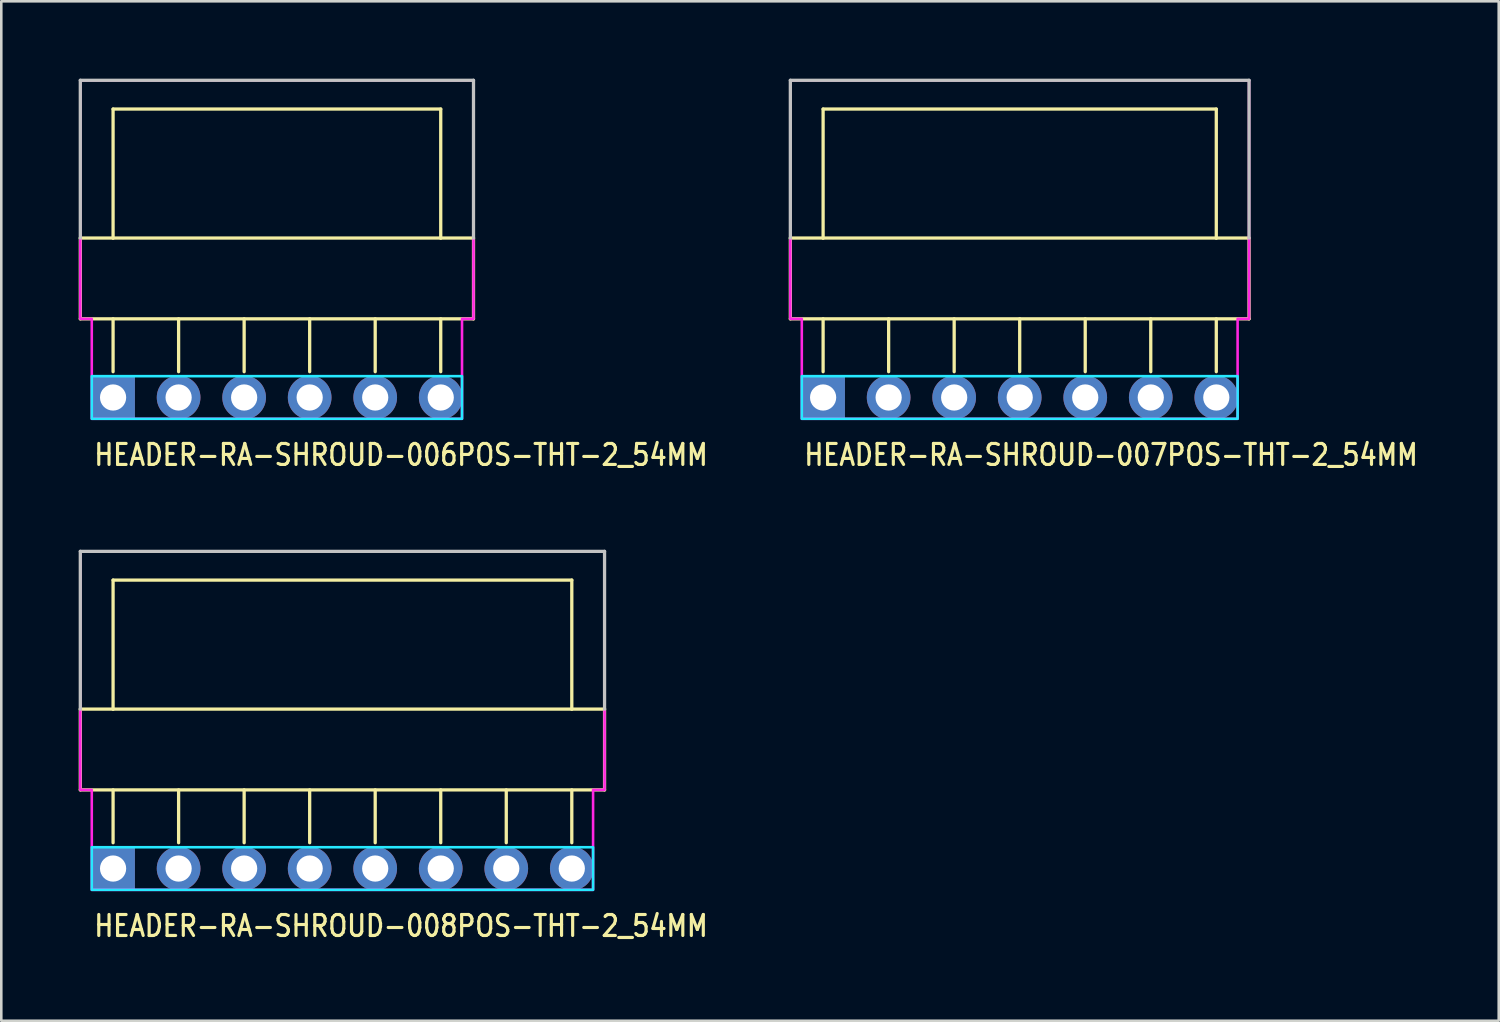
<source format=kicad_pcb>
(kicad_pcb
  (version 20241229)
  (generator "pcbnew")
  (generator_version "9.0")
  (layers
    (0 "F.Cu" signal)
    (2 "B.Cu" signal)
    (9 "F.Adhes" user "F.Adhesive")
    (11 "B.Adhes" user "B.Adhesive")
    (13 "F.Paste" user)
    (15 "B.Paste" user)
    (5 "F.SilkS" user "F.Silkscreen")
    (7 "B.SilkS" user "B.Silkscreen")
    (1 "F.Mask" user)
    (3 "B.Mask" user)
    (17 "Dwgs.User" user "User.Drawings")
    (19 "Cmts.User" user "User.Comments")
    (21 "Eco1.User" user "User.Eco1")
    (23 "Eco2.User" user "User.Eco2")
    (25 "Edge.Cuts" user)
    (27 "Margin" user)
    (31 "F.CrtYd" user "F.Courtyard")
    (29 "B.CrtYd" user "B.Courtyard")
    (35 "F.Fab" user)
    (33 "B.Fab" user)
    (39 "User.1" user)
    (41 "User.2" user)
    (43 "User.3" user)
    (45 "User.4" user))
  (footprint "HEADER-RA-SHROUD-008POS-THT-2_54MM"
    (layer "F.Cu")
    (at 1.333 30.615)
    (property "Reference" "HEADER-RA-SHROUD-008POS-THT-2_54MM" (at -0.8 2.7 0) (unlocked yes) (layer "F.SilkS") (effects (font (size 0.813 0.695) (thickness 0.122)) (justify left bottom)))
    (fp_line (start -1.27 -6.18) (end -1.27 -3.048) (stroke (width 0.127) (type solid)) (layer "F.SilkS"))
    (fp_line (start -1.27 -3.048) (end 19.05 -3.048) (stroke (width 0.127) (type solid)) (layer "F.SilkS"))
    (fp_line (start 0 -11.18) (end 0 -6.18) (stroke (width 0.127) (type solid)) (layer "F.SilkS"))
    (fp_line (start 0 -6.18) (end -1.27 -6.18) (stroke (width 0.127) (type solid)) (layer "F.SilkS"))
    (fp_line (start 0 -1) (end 0 -3.048) (stroke (width 0.127) (type solid)) (layer "F.SilkS"))
    (fp_line (start 2.54 -1) (end 2.54 -3.048) (stroke (width 0.127) (type solid)) (layer "F.SilkS"))
    (fp_line (start 5.08 -1) (end 5.08 -3.048) (stroke (width 0.127) (type solid)) (layer "F.SilkS"))
    (fp_line (start 7.62 -1) (end 7.62 -3.048) (stroke (width 0.127) (type solid)) (layer "F.SilkS"))
    (fp_line (start 10.16 -1) (end 10.16 -3.048) (stroke (width 0.127) (type solid)) (layer "F.SilkS"))
    (fp_line (start 12.7 -1) (end 12.7 -3.048) (stroke (width 0.127) (type solid)) (layer "F.SilkS"))
    (fp_line (start 15.24 -1) (end 15.24 -3.048) (stroke (width 0.127) (type solid)) (layer "F.SilkS"))
    (fp_line (start 17.78 -11.18) (end 0 -11.18) (stroke (width 0.127) (type solid)) (layer "F.SilkS"))
    (fp_line (start 17.78 -6.18) (end 0 -6.18) (stroke (width 0.127) (type solid)) (layer "F.SilkS"))
    (fp_line (start 17.78 -6.18) (end 17.78 -11.18) (stroke (width 0.127) (type solid)) (layer "F.SilkS"))
    (fp_line (start 17.78 -1) (end 17.78 -3.048) (stroke (width 0.127) (type solid)) (layer "F.SilkS"))
    (fp_line (start 19.05 -6.18) (end 17.78 -6.18) (stroke (width 0.127) (type solid)) (layer "F.SilkS"))
    (fp_line (start 19.05 -3.048) (end 19.05 -6.18) (stroke (width 0.127) (type solid)) (layer "F.SilkS"))
    (fp_line (start -1.27 -12.294) (end 19.05 -12.294) (stroke (width 0.127) (type solid)) (layer "Dwgs.User"))
    (fp_line (start -1.27 -6.18) (end -1.27 -12.294) (stroke (width 0.127) (type solid)) (layer "Dwgs.User"))
    (fp_line (start 19.05 -12.294) (end 19.05 -6.18) (stroke (width 0.127) (type solid)) (layer "Dwgs.User"))
    (fp_poly (pts (xy -0.826 -0.826) (xy -0.826 0.826) (xy 18.605 0.826) (xy 18.605 -0.826)) (stroke (width 0.1) (type solid)) (fill no) (layer "B.CrtYd"))
    (fp_poly (pts (xy -1.27 -12.294) (xy -1.27 -3.048) (xy -0.826 -3.048) (xy -0.826 0.826) (xy 18.605 0.826) (xy 18.605 -3.048) (xy 19.05 -3.048) (xy 19.05 -12.294)) (stroke (width 0.1) (type solid)) (fill no) (layer "F.CrtYd"))
    (pad "1" thru_hole rect (at 0 0) (size 1.693 1.693) (drill 1.016) (layers "*.Cu" "*.Mask"))
    (pad "2" thru_hole oval (at 2.54 0) (size 1.693 1.693) (drill 1.016) (layers "*.Cu" "*.Mask"))
    (pad "3" thru_hole oval (at 5.08 0) (size 1.693 1.693) (drill 1.016) (layers "*.Cu" "*.Mask"))
    (pad "4" thru_hole oval (at 7.62 0) (size 1.693 1.693) (drill 1.016) (layers "*.Cu" "*.Mask"))
    (pad "5" thru_hole oval (at 10.16 0) (size 1.693 1.693) (drill 1.016) (layers "*.Cu" "*.Mask"))
    (pad "6" thru_hole oval (at 12.7 0) (size 1.693 1.693) (drill 1.016) (layers "*.Cu" "*.Mask"))
    (pad "7" thru_hole oval (at 15.24 0) (size 1.693 1.693) (drill 1.016) (layers "*.Cu" "*.Mask"))
    (pad "8" thru_hole oval (at 17.78 0) (size 1.693 1.693) (drill 1.016) (layers "*.Cu" "*.Mask")))
  (footprint "HEADER-RA-SHROUD-006POS-THT-2_54MM"
    (layer "F.Cu")
    (at 1.333 12.357)
    (property "Reference" "HEADER-RA-SHROUD-006POS-THT-2_54MM" (at -0.8 2.7 0) (unlocked yes) (layer "F.SilkS") (effects (font (size 0.813 0.695) (thickness 0.122)) (justify left bottom)))
    (fp_line (start -1.27 -6.18) (end -1.27 -3.048) (stroke (width 0.127) (type solid)) (layer "F.SilkS"))
    (fp_line (start -1.27 -3.048) (end 13.97 -3.048) (stroke (width 0.127) (type solid)) (layer "F.SilkS"))
    (fp_line (start 0 -11.18) (end 0 -6.18) (stroke (width 0.127) (type solid)) (layer "F.SilkS"))
    (fp_line (start 0 -6.18) (end -1.27 -6.18) (stroke (width 0.127) (type solid)) (layer "F.SilkS"))
    (fp_line (start 0 -1) (end 0 -3.048) (stroke (width 0.127) (type solid)) (layer "F.SilkS"))
    (fp_line (start 2.54 -1) (end 2.54 -3.048) (stroke (width 0.127) (type solid)) (layer "F.SilkS"))
    (fp_line (start 5.08 -1) (end 5.08 -3.048) (stroke (width 0.127) (type solid)) (layer "F.SilkS"))
    (fp_line (start 7.62 -1) (end 7.62 -3.048) (stroke (width 0.127) (type solid)) (layer "F.SilkS"))
    (fp_line (start 10.16 -1) (end 10.16 -3.048) (stroke (width 0.127) (type solid)) (layer "F.SilkS"))
    (fp_line (start 12.7 -11.18) (end 0 -11.18) (stroke (width 0.127) (type solid)) (layer "F.SilkS"))
    (fp_line (start 12.7 -6.18) (end 0 -6.18) (stroke (width 0.127) (type solid)) (layer "F.SilkS"))
    (fp_line (start 12.7 -6.18) (end 12.7 -11.18) (stroke (width 0.127) (type solid)) (layer "F.SilkS"))
    (fp_line (start 12.7 -1) (end 12.7 -3.048) (stroke (width 0.127) (type solid)) (layer "F.SilkS"))
    (fp_line (start 13.97 -6.18) (end 12.7 -6.18) (stroke (width 0.127) (type solid)) (layer "F.SilkS"))
    (fp_line (start 13.97 -3.048) (end 13.97 -6.18) (stroke (width 0.127) (type solid)) (layer "F.SilkS"))
    (fp_line (start -1.27 -12.294) (end 13.97 -12.294) (stroke (width 0.127) (type solid)) (layer "Dwgs.User"))
    (fp_line (start -1.27 -6.18) (end -1.27 -12.294) (stroke (width 0.127) (type solid)) (layer "Dwgs.User"))
    (fp_line (start 13.97 -12.294) (end 13.97 -6.18) (stroke (width 0.127) (type solid)) (layer "Dwgs.User"))
    (fp_poly (pts (xy -0.826 -0.826) (xy -0.826 0.826) (xy 13.525 0.826) (xy 13.525 -0.826)) (stroke (width 0.1) (type solid)) (fill no) (layer "B.CrtYd"))
    (fp_poly (pts (xy -1.27 -12.294) (xy -1.27 -3.048) (xy -0.826 -3.048) (xy -0.826 0.826) (xy 13.525 0.826) (xy 13.525 -3.048) (xy 13.97 -3.048) (xy 13.97 -12.294)) (stroke (width 0.1) (type solid)) (fill no) (layer "F.CrtYd"))
    (pad "1" thru_hole rect (at 0 0) (size 1.693 1.693) (drill 1.016) (layers "*.Cu" "*.Mask"))
    (pad "2" thru_hole oval (at 2.54 0) (size 1.693 1.693) (drill 1.016) (layers "*.Cu" "*.Mask"))
    (pad "3" thru_hole oval (at 5.08 0) (size 1.693 1.693) (drill 1.016) (layers "*.Cu" "*.Mask"))
    (pad "4" thru_hole oval (at 7.62 0) (size 1.693 1.693) (drill 1.016) (layers "*.Cu" "*.Mask"))
    (pad "5" thru_hole oval (at 10.16 0) (size 1.693 1.693) (drill 1.016) (layers "*.Cu" "*.Mask"))
    (pad "6" thru_hole oval (at 12.7 0) (size 1.693 1.693) (drill 1.016) (layers "*.Cu" "*.Mask")))
  (footprint "HEADER-RA-SHROUD-007POS-THT-2_54MM"
    (layer "F.Cu")
    (at 28.854 12.357)
    (property "Reference" "HEADER-RA-SHROUD-007POS-THT-2_54MM" (at -0.8 2.7 0) (unlocked yes) (layer "F.SilkS") (effects (font (size 0.813 0.695) (thickness 0.122)) (justify left bottom)))
    (fp_line (start -1.27 -6.18) (end -1.27 -3.048) (stroke (width 0.127) (type solid)) (layer "F.SilkS"))
    (fp_line (start -1.27 -3.048) (end 16.51 -3.048) (stroke (width 0.127) (type solid)) (layer "F.SilkS"))
    (fp_line (start 0 -11.18) (end 0 -6.18) (stroke (width 0.127) (type solid)) (layer "F.SilkS"))
    (fp_line (start 0 -6.18) (end -1.27 -6.18) (stroke (width 0.127) (type solid)) (layer "F.SilkS"))
    (fp_line (start 0 -1) (end 0 -3.048) (stroke (width 0.127) (type solid)) (layer "F.SilkS"))
    (fp_line (start 2.54 -1) (end 2.54 -3.048) (stroke (width 0.127) (type solid)) (layer "F.SilkS"))
    (fp_line (start 5.08 -1) (end 5.08 -3.048) (stroke (width 0.127) (type solid)) (layer "F.SilkS"))
    (fp_line (start 7.62 -1) (end 7.62 -3.048) (stroke (width 0.127) (type solid)) (layer "F.SilkS"))
    (fp_line (start 10.16 -1) (end 10.16 -3.048) (stroke (width 0.127) (type solid)) (layer "F.SilkS"))
    (fp_line (start 12.7 -1) (end 12.7 -3.048) (stroke (width 0.127) (type solid)) (layer "F.SilkS"))
    (fp_line (start 15.24 -11.18) (end 0 -11.18) (stroke (width 0.127) (type solid)) (layer "F.SilkS"))
    (fp_line (start 15.24 -6.18) (end 0 -6.18) (stroke (width 0.127) (type solid)) (layer "F.SilkS"))
    (fp_line (start 15.24 -6.18) (end 15.24 -11.18) (stroke (width 0.127) (type solid)) (layer "F.SilkS"))
    (fp_line (start 15.24 -1) (end 15.24 -3.048) (stroke (width 0.127) (type solid)) (layer "F.SilkS"))
    (fp_line (start 16.51 -6.18) (end 15.24 -6.18) (stroke (width 0.127) (type solid)) (layer "F.SilkS"))
    (fp_line (start 16.51 -3.048) (end 16.51 -6.18) (stroke (width 0.127) (type solid)) (layer "F.SilkS"))
    (fp_line (start -1.27 -12.294) (end 16.51 -12.294) (stroke (width 0.127) (type solid)) (layer "Dwgs.User"))
    (fp_line (start -1.27 -6.18) (end -1.27 -12.294) (stroke (width 0.127) (type solid)) (layer "Dwgs.User"))
    (fp_line (start 16.51 -12.294) (end 16.51 -6.18) (stroke (width 0.127) (type solid)) (layer "Dwgs.User"))
    (fp_poly (pts (xy -0.826 -0.826) (xy -0.826 0.826) (xy 16.066 0.826) (xy 16.066 -0.826)) (stroke (width 0.1) (type solid)) (fill no) (layer "B.CrtYd"))
    (fp_poly (pts (xy -1.27 -12.294) (xy -1.27 -3.048) (xy -0.826 -3.048) (xy -0.826 0.826) (xy 16.066 0.826) (xy 16.066 -3.048) (xy 16.51 -3.048) (xy 16.51 -12.294)) (stroke (width 0.1) (type solid)) (fill no) (layer "F.CrtYd"))
    (pad "P$1" thru_hole rect (at 0 0) (size 1.693 1.693) (drill 1.016) (layers "*.Cu" "*.Mask"))
    (pad "P$2" thru_hole oval (at 2.54 0) (size 1.693 1.693) (drill 1.016) (layers "*.Cu" "*.Mask"))
    (pad "P$3" thru_hole oval (at 5.08 0) (size 1.693 1.693) (drill 1.016) (layers "*.Cu" "*.Mask"))
    (pad "P$4" thru_hole oval (at 7.62 0) (size 1.693 1.693) (drill 1.016) (layers "*.Cu" "*.Mask"))
    (pad "P$5" thru_hole oval (at 10.16 0) (size 1.693 1.693) (drill 1.016) (layers "*.Cu" "*.Mask"))
    (pad "P$6" thru_hole oval (at 12.7 0) (size 1.693 1.693) (drill 1.016) (layers "*.Cu" "*.Mask"))
    (pad "P$7" thru_hole oval (at 15.24 0) (size 1.693 1.693) (drill 1.016) (layers "*.Cu" "*.Mask")))
  (gr_rect
    (start -3 -3)
    (end 55.041 36.515)
    (stroke (width 0.1) (type default))
    (fill no)
    (layer "Edge.Cuts")))
</source>
